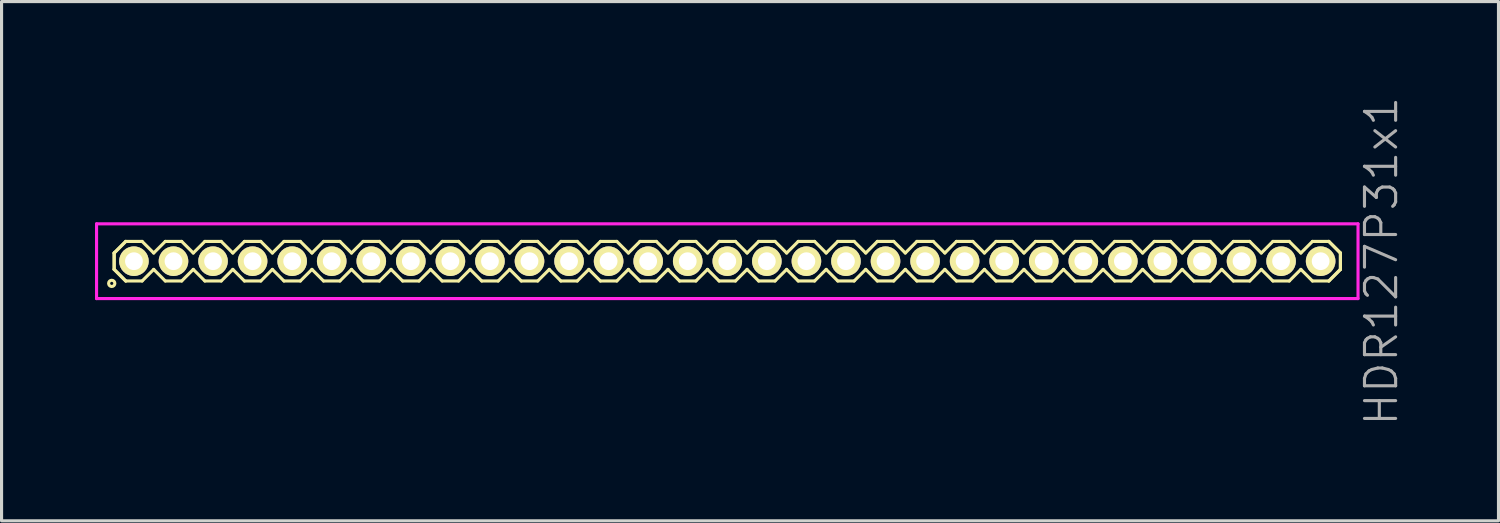
<source format=kicad_pcb>
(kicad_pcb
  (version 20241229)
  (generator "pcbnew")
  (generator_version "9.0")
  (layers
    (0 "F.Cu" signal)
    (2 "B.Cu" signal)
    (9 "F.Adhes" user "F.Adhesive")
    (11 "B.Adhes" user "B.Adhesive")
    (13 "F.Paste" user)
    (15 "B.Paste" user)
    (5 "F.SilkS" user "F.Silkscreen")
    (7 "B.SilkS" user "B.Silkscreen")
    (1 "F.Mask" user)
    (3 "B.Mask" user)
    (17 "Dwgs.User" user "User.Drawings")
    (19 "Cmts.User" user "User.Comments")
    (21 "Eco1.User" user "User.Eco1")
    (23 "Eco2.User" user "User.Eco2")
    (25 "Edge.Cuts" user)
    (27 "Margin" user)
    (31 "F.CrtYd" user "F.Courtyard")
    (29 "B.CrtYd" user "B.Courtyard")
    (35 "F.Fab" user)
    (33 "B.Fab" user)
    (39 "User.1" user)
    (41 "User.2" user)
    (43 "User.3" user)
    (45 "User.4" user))
  (footprint "HDR127P31x1"
    (layer "F.Cu")
    (at 20.3 5.336)
    (property "Reference" "HDR127P31x1" (at 21 0 90) (layer "F.Fab") (effects (font (size 1 1) (thickness 0.1))))
    (attr through_hole)
    (fp_line (start -19.685 -0.263) (end -19.313 -0.635) (stroke (width 0.1) (type solid)) (layer "F.SilkS"))
    (fp_line (start -19.685 -0.263) (end -19.313 -0.635) (stroke (width 0.1) (type solid)) (layer "F.SilkS"))
    (fp_line (start -19.685 0.263) (end -19.685 -0.263) (stroke (width 0.1) (type solid)) (layer "F.SilkS"))
    (fp_line (start -19.685 0.263) (end -19.685 -0.263) (stroke (width 0.1) (type solid)) (layer "F.SilkS"))
    (fp_line (start -19.313 -0.635) (end -18.787 -0.635) (stroke (width 0.1) (type solid)) (layer "F.SilkS"))
    (fp_line (start -19.313 0.635) (end -19.685 0.263) (stroke (width 0.1) (type solid)) (layer "F.SilkS"))
    (fp_line (start -19.313 0.635) (end -19.685 0.263) (stroke (width 0.1) (type solid)) (layer "F.SilkS"))
    (fp_line (start -18.787 -0.635) (end -18.415 -0.263) (stroke (width 0.1) (type solid)) (layer "F.SilkS"))
    (fp_line (start -18.787 0.635) (end -19.313 0.635) (stroke (width 0.1) (type solid)) (layer "F.SilkS"))
    (fp_line (start -18.415 -0.263) (end -18.043 -0.635) (stroke (width 0.1) (type solid)) (layer "F.SilkS"))
    (fp_line (start -18.415 0.263) (end -18.787 0.635) (stroke (width 0.1) (type solid)) (layer "F.SilkS"))
    (fp_line (start -18.043 -0.635) (end -17.517 -0.635) (stroke (width 0.1) (type solid)) (layer "F.SilkS"))
    (fp_line (start -18.043 0.635) (end -18.415 0.263) (stroke (width 0.1) (type solid)) (layer "F.SilkS"))
    (fp_line (start -17.517 -0.635) (end -17.145 -0.263) (stroke (width 0.1) (type solid)) (layer "F.SilkS"))
    (fp_line (start -17.517 0.635) (end -18.043 0.635) (stroke (width 0.1) (type solid)) (layer "F.SilkS"))
    (fp_line (start -17.145 -0.263) (end -16.773 -0.635) (stroke (width 0.1) (type solid)) (layer "F.SilkS"))
    (fp_line (start -17.145 0.263) (end -17.517 0.635) (stroke (width 0.1) (type solid)) (layer "F.SilkS"))
    (fp_line (start -16.773 -0.635) (end -16.247 -0.635) (stroke (width 0.1) (type solid)) (layer "F.SilkS"))
    (fp_line (start -16.773 0.635) (end -17.145 0.263) (stroke (width 0.1) (type solid)) (layer "F.SilkS"))
    (fp_line (start -16.247 -0.635) (end -15.875 -0.263) (stroke (width 0.1) (type solid)) (layer "F.SilkS"))
    (fp_line (start -16.247 0.635) (end -16.773 0.635) (stroke (width 0.1) (type solid)) (layer "F.SilkS"))
    (fp_line (start -15.875 -0.263) (end -15.503 -0.635) (stroke (width 0.1) (type solid)) (layer "F.SilkS"))
    (fp_line (start -15.875 0.263) (end -16.247 0.635) (stroke (width 0.1) (type solid)) (layer "F.SilkS"))
    (fp_line (start -15.503 -0.635) (end -14.977 -0.635) (stroke (width 0.1) (type solid)) (layer "F.SilkS"))
    (fp_line (start -15.503 0.635) (end -15.875 0.263) (stroke (width 0.1) (type solid)) (layer "F.SilkS"))
    (fp_line (start -14.977 -0.635) (end -14.605 -0.263) (stroke (width 0.1) (type solid)) (layer "F.SilkS"))
    (fp_line (start -14.977 0.635) (end -15.503 0.635) (stroke (width 0.1) (type solid)) (layer "F.SilkS"))
    (fp_line (start -14.605 -0.263) (end -14.233 -0.635) (stroke (width 0.1) (type solid)) (layer "F.SilkS"))
    (fp_line (start -14.605 0.263) (end -14.977 0.635) (stroke (width 0.1) (type solid)) (layer "F.SilkS"))
    (fp_line (start -14.233 -0.635) (end -13.707 -0.635) (stroke (width 0.1) (type solid)) (layer "F.SilkS"))
    (fp_line (start -14.233 0.635) (end -14.605 0.263) (stroke (width 0.1) (type solid)) (layer "F.SilkS"))
    (fp_line (start -13.707 -0.635) (end -13.335 -0.263) (stroke (width 0.1) (type solid)) (layer "F.SilkS"))
    (fp_line (start -13.707 0.635) (end -14.233 0.635) (stroke (width 0.1) (type solid)) (layer "F.SilkS"))
    (fp_line (start -13.335 -0.263) (end -12.963 -0.635) (stroke (width 0.1) (type solid)) (layer "F.SilkS"))
    (fp_line (start -13.335 0.263) (end -13.707 0.635) (stroke (width 0.1) (type solid)) (layer "F.SilkS"))
    (fp_line (start -12.963 -0.635) (end -12.437 -0.635) (stroke (width 0.1) (type solid)) (layer "F.SilkS"))
    (fp_line (start -12.963 0.635) (end -13.335 0.263) (stroke (width 0.1) (type solid)) (layer "F.SilkS"))
    (fp_line (start -12.437 -0.635) (end -12.065 -0.263) (stroke (width 0.1) (type solid)) (layer "F.SilkS"))
    (fp_line (start -12.437 0.635) (end -12.963 0.635) (stroke (width 0.1) (type solid)) (layer "F.SilkS"))
    (fp_line (start -12.065 -0.263) (end -11.693 -0.635) (stroke (width 0.1) (type solid)) (layer "F.SilkS"))
    (fp_line (start -12.065 0.263) (end -12.437 0.635) (stroke (width 0.1) (type solid)) (layer "F.SilkS"))
    (fp_line (start -11.693 -0.635) (end -11.167 -0.635) (stroke (width 0.1) (type solid)) (layer "F.SilkS"))
    (fp_line (start -11.693 0.635) (end -12.065 0.263) (stroke (width 0.1) (type solid)) (layer "F.SilkS"))
    (fp_line (start -11.167 -0.635) (end -10.795 -0.263) (stroke (width 0.1) (type solid)) (layer "F.SilkS"))
    (fp_line (start -11.167 0.635) (end -11.693 0.635) (stroke (width 0.1) (type solid)) (layer "F.SilkS"))
    (fp_line (start -10.795 -0.263) (end -10.423 -0.635) (stroke (width 0.1) (type solid)) (layer "F.SilkS"))
    (fp_line (start -10.795 0.263) (end -11.167 0.635) (stroke (width 0.1) (type solid)) (layer "F.SilkS"))
    (fp_line (start -10.423 -0.635) (end -9.897 -0.635) (stroke (width 0.1) (type solid)) (layer "F.SilkS"))
    (fp_line (start -10.423 0.635) (end -10.795 0.263) (stroke (width 0.1) (type solid)) (layer "F.SilkS"))
    (fp_line (start -9.897 -0.635) (end -9.525 -0.263) (stroke (width 0.1) (type solid)) (layer "F.SilkS"))
    (fp_line (start -9.897 0.635) (end -10.423 0.635) (stroke (width 0.1) (type solid)) (layer "F.SilkS"))
    (fp_line (start -9.525 -0.263) (end -9.153 -0.635) (stroke (width 0.1) (type solid)) (layer "F.SilkS"))
    (fp_line (start -9.525 0.263) (end -9.897 0.635) (stroke (width 0.1) (type solid)) (layer "F.SilkS"))
    (fp_line (start -9.153 -0.635) (end -8.627 -0.635) (stroke (width 0.1) (type solid)) (layer "F.SilkS"))
    (fp_line (start -9.153 0.635) (end -9.525 0.263) (stroke (width 0.1) (type solid)) (layer "F.SilkS"))
    (fp_line (start -8.627 -0.635) (end -8.255 -0.263) (stroke (width 0.1) (type solid)) (layer "F.SilkS"))
    (fp_line (start -8.627 0.635) (end -9.153 0.635) (stroke (width 0.1) (type solid)) (layer "F.SilkS"))
    (fp_line (start -8.255 -0.263) (end -7.883 -0.635) (stroke (width 0.1) (type solid)) (layer "F.SilkS"))
    (fp_line (start -8.255 0.263) (end -8.627 0.635) (stroke (width 0.1) (type solid)) (layer "F.SilkS"))
    (fp_line (start -7.883 -0.635) (end -7.357 -0.635) (stroke (width 0.1) (type solid)) (layer "F.SilkS"))
    (fp_line (start -7.883 0.635) (end -8.255 0.263) (stroke (width 0.1) (type solid)) (layer "F.SilkS"))
    (fp_line (start -7.357 -0.635) (end -6.985 -0.263) (stroke (width 0.1) (type solid)) (layer "F.SilkS"))
    (fp_line (start -7.357 0.635) (end -7.883 0.635) (stroke (width 0.1) (type solid)) (layer "F.SilkS"))
    (fp_line (start -6.985 -0.263) (end -6.613 -0.635) (stroke (width 0.1) (type solid)) (layer "F.SilkS"))
    (fp_line (start -6.985 0.263) (end -7.357 0.635) (stroke (width 0.1) (type solid)) (layer "F.SilkS"))
    (fp_line (start -6.613 -0.635) (end -6.087 -0.635) (stroke (width 0.1) (type solid)) (layer "F.SilkS"))
    (fp_line (start -6.613 0.635) (end -6.985 0.263) (stroke (width 0.1) (type solid)) (layer "F.SilkS"))
    (fp_line (start -6.087 -0.635) (end -5.715 -0.263) (stroke (width 0.1) (type solid)) (layer "F.SilkS"))
    (fp_line (start -6.087 0.635) (end -6.613 0.635) (stroke (width 0.1) (type solid)) (layer "F.SilkS"))
    (fp_line (start -5.715 -0.263) (end -5.343 -0.635) (stroke (width 0.1) (type solid)) (layer "F.SilkS"))
    (fp_line (start -5.715 0.263) (end -6.087 0.635) (stroke (width 0.1) (type solid)) (layer "F.SilkS"))
    (fp_line (start -5.343 -0.635) (end -4.817 -0.635) (stroke (width 0.1) (type solid)) (layer "F.SilkS"))
    (fp_line (start -5.343 0.635) (end -5.715 0.263) (stroke (width 0.1) (type solid)) (layer "F.SilkS"))
    (fp_line (start -4.817 -0.635) (end -4.445 -0.263) (stroke (width 0.1) (type solid)) (layer "F.SilkS"))
    (fp_line (start -4.817 0.635) (end -5.343 0.635) (stroke (width 0.1) (type solid)) (layer "F.SilkS"))
    (fp_line (start -4.445 -0.263) (end -4.073 -0.635) (stroke (width 0.1) (type solid)) (layer "F.SilkS"))
    (fp_line (start -4.445 0.263) (end -4.817 0.635) (stroke (width 0.1) (type solid)) (layer "F.SilkS"))
    (fp_line (start -4.073 -0.635) (end -3.547 -0.635) (stroke (width 0.1) (type solid)) (layer "F.SilkS"))
    (fp_line (start -4.073 0.635) (end -4.445 0.263) (stroke (width 0.1) (type solid)) (layer "F.SilkS"))
    (fp_line (start -3.547 -0.635) (end -3.175 -0.263) (stroke (width 0.1) (type solid)) (layer "F.SilkS"))
    (fp_line (start -3.547 0.635) (end -4.073 0.635) (stroke (width 0.1) (type solid)) (layer "F.SilkS"))
    (fp_line (start -3.175 -0.263) (end -2.803 -0.635) (stroke (width 0.1) (type solid)) (layer "F.SilkS"))
    (fp_line (start -3.175 0.263) (end -3.547 0.635) (stroke (width 0.1) (type solid)) (layer "F.SilkS"))
    (fp_line (start -2.803 -0.635) (end -2.277 -0.635) (stroke (width 0.1) (type solid)) (layer "F.SilkS"))
    (fp_line (start -2.803 0.635) (end -3.175 0.263) (stroke (width 0.1) (type solid)) (layer "F.SilkS"))
    (fp_line (start -2.277 -0.635) (end -1.905 -0.263) (stroke (width 0.1) (type solid)) (layer "F.SilkS"))
    (fp_line (start -2.277 0.635) (end -2.803 0.635) (stroke (width 0.1) (type solid)) (layer "F.SilkS"))
    (fp_line (start -1.905 -0.263) (end -1.533 -0.635) (stroke (width 0.1) (type solid)) (layer "F.SilkS"))
    (fp_line (start -1.905 0.263) (end -2.277 0.635) (stroke (width 0.1) (type solid)) (layer "F.SilkS"))
    (fp_line (start -1.533 -0.635) (end -1.007 -0.635) (stroke (width 0.1) (type solid)) (layer "F.SilkS"))
    (fp_line (start -1.533 0.635) (end -1.905 0.263) (stroke (width 0.1) (type solid)) (layer "F.SilkS"))
    (fp_line (start -1.007 -0.635) (end -0.635 -0.263) (stroke (width 0.1) (type solid)) (layer "F.SilkS"))
    (fp_line (start -1.007 0.635) (end -1.533 0.635) (stroke (width 0.1) (type solid)) (layer "F.SilkS"))
    (fp_line (start -0.635 -0.263) (end -0.263 -0.635) (stroke (width 0.1) (type solid)) (layer "F.SilkS"))
    (fp_line (start -0.635 0.263) (end -1.007 0.635) (stroke (width 0.1) (type solid)) (layer "F.SilkS"))
    (fp_line (start -0.263 -0.635) (end 0.263 -0.635) (stroke (width 0.1) (type solid)) (layer "F.SilkS"))
    (fp_line (start -0.263 0.635) (end -0.635 0.263) (stroke (width 0.1) (type solid)) (layer "F.SilkS"))
    (fp_line (start 0.263 -0.635) (end 0.635 -0.263) (stroke (width 0.1) (type solid)) (layer "F.SilkS"))
    (fp_line (start 0.263 0.635) (end -0.263 0.635) (stroke (width 0.1) (type solid)) (layer "F.SilkS"))
    (fp_line (start 0.635 -0.263) (end 1.007 -0.635) (stroke (width 0.1) (type solid)) (layer "F.SilkS"))
    (fp_line (start 0.635 0.263) (end 0.263 0.635) (stroke (width 0.1) (type solid)) (layer "F.SilkS"))
    (fp_line (start 1.007 -0.635) (end 1.533 -0.635) (stroke (width 0.1) (type solid)) (layer "F.SilkS"))
    (fp_line (start 1.007 0.635) (end 0.635 0.263) (stroke (width 0.1) (type solid)) (layer "F.SilkS"))
    (fp_line (start 1.533 -0.635) (end 1.905 -0.263) (stroke (width 0.1) (type solid)) (layer "F.SilkS"))
    (fp_line (start 1.533 0.635) (end 1.007 0.635) (stroke (width 0.1) (type solid)) (layer "F.SilkS"))
    (fp_line (start 1.905 -0.263) (end 2.277 -0.635) (stroke (width 0.1) (type solid)) (layer "F.SilkS"))
    (fp_line (start 1.905 0.263) (end 1.533 0.635) (stroke (width 0.1) (type solid)) (layer "F.SilkS"))
    (fp_line (start 2.277 -0.635) (end 2.803 -0.635) (stroke (width 0.1) (type solid)) (layer "F.SilkS"))
    (fp_line (start 2.277 0.635) (end 1.905 0.263) (stroke (width 0.1) (type solid)) (layer "F.SilkS"))
    (fp_line (start 2.803 -0.635) (end 3.175 -0.263) (stroke (width 0.1) (type solid)) (layer "F.SilkS"))
    (fp_line (start 2.803 0.635) (end 2.277 0.635) (stroke (width 0.1) (type solid)) (layer "F.SilkS"))
    (fp_line (start 3.175 -0.263) (end 3.547 -0.635) (stroke (width 0.1) (type solid)) (layer "F.SilkS"))
    (fp_line (start 3.175 0.263) (end 2.803 0.635) (stroke (width 0.1) (type solid)) (layer "F.SilkS"))
    (fp_line (start 3.547 -0.635) (end 4.073 -0.635) (stroke (width 0.1) (type solid)) (layer "F.SilkS"))
    (fp_line (start 3.547 0.635) (end 3.175 0.263) (stroke (width 0.1) (type solid)) (layer "F.SilkS"))
    (fp_line (start 4.073 -0.635) (end 4.445 -0.263) (stroke (width 0.1) (type solid)) (layer "F.SilkS"))
    (fp_line (start 4.073 0.635) (end 3.547 0.635) (stroke (width 0.1) (type solid)) (layer "F.SilkS"))
    (fp_line (start 4.445 -0.263) (end 4.817 -0.635) (stroke (width 0.1) (type solid)) (layer "F.SilkS"))
    (fp_line (start 4.445 0.263) (end 4.073 0.635) (stroke (width 0.1) (type solid)) (layer "F.SilkS"))
    (fp_line (start 4.817 -0.635) (end 5.343 -0.635) (stroke (width 0.1) (type solid)) (layer "F.SilkS"))
    (fp_line (start 4.817 0.635) (end 4.445 0.263) (stroke (width 0.1) (type solid)) (layer "F.SilkS"))
    (fp_line (start 5.343 -0.635) (end 5.715 -0.263) (stroke (width 0.1) (type solid)) (layer "F.SilkS"))
    (fp_line (start 5.343 0.635) (end 4.817 0.635) (stroke (width 0.1) (type solid)) (layer "F.SilkS"))
    (fp_line (start 5.715 -0.263) (end 6.087 -0.635) (stroke (width 0.1) (type solid)) (layer "F.SilkS"))
    (fp_line (start 5.715 0.263) (end 5.343 0.635) (stroke (width 0.1) (type solid)) (layer "F.SilkS"))
    (fp_line (start 6.087 -0.635) (end 6.613 -0.635) (stroke (width 0.1) (type solid)) (layer "F.SilkS"))
    (fp_line (start 6.087 0.635) (end 5.715 0.263) (stroke (width 0.1) (type solid)) (layer "F.SilkS"))
    (fp_line (start 6.613 -0.635) (end 6.985 -0.263) (stroke (width 0.1) (type solid)) (layer "F.SilkS"))
    (fp_line (start 6.613 0.635) (end 6.087 0.635) (stroke (width 0.1) (type solid)) (layer "F.SilkS"))
    (fp_line (start 6.985 -0.263) (end 7.357 -0.635) (stroke (width 0.1) (type solid)) (layer "F.SilkS"))
    (fp_line (start 6.985 0.263) (end 6.613 0.635) (stroke (width 0.1) (type solid)) (layer "F.SilkS"))
    (fp_line (start 7.357 -0.635) (end 7.883 -0.635) (stroke (width 0.1) (type solid)) (layer "F.SilkS"))
    (fp_line (start 7.357 0.635) (end 6.985 0.263) (stroke (width 0.1) (type solid)) (layer "F.SilkS"))
    (fp_line (start 7.883 -0.635) (end 8.255 -0.263) (stroke (width 0.1) (type solid)) (layer "F.SilkS"))
    (fp_line (start 7.883 0.635) (end 7.357 0.635) (stroke (width 0.1) (type solid)) (layer "F.SilkS"))
    (fp_line (start 8.255 -0.263) (end 8.627 -0.635) (stroke (width 0.1) (type solid)) (layer "F.SilkS"))
    (fp_line (start 8.255 0.263) (end 7.883 0.635) (stroke (width 0.1) (type solid)) (layer "F.SilkS"))
    (fp_line (start 8.627 -0.635) (end 9.153 -0.635) (stroke (width 0.1) (type solid)) (layer "F.SilkS"))
    (fp_line (start 8.627 0.635) (end 8.255 0.263) (stroke (width 0.1) (type solid)) (layer "F.SilkS"))
    (fp_line (start 9.153 -0.635) (end 9.525 -0.263) (stroke (width 0.1) (type solid)) (layer "F.SilkS"))
    (fp_line (start 9.153 0.635) (end 8.627 0.635) (stroke (width 0.1) (type solid)) (layer "F.SilkS"))
    (fp_line (start 9.525 -0.263) (end 9.897 -0.635) (stroke (width 0.1) (type solid)) (layer "F.SilkS"))
    (fp_line (start 9.525 0.263) (end 9.153 0.635) (stroke (width 0.1) (type solid)) (layer "F.SilkS"))
    (fp_line (start 9.897 -0.635) (end 10.423 -0.635) (stroke (width 0.1) (type solid)) (layer "F.SilkS"))
    (fp_line (start 9.897 0.635) (end 9.525 0.263) (stroke (width 0.1) (type solid)) (layer "F.SilkS"))
    (fp_line (start 10.423 -0.635) (end 10.795 -0.263) (stroke (width 0.1) (type solid)) (layer "F.SilkS"))
    (fp_line (start 10.423 0.635) (end 9.897 0.635) (stroke (width 0.1) (type solid)) (layer "F.SilkS"))
    (fp_line (start 10.795 -0.263) (end 11.167 -0.635) (stroke (width 0.1) (type solid)) (layer "F.SilkS"))
    (fp_line (start 10.795 0.263) (end 10.423 0.635) (stroke (width 0.1) (type solid)) (layer "F.SilkS"))
    (fp_line (start 11.167 -0.635) (end 11.693 -0.635) (stroke (width 0.1) (type solid)) (layer "F.SilkS"))
    (fp_line (start 11.167 0.635) (end 10.795 0.263) (stroke (width 0.1) (type solid)) (layer "F.SilkS"))
    (fp_line (start 11.693 -0.635) (end 12.065 -0.263) (stroke (width 0.1) (type solid)) (layer "F.SilkS"))
    (fp_line (start 11.693 0.635) (end 11.167 0.635) (stroke (width 0.1) (type solid)) (layer "F.SilkS"))
    (fp_line (start 12.065 -0.263) (end 12.437 -0.635) (stroke (width 0.1) (type solid)) (layer "F.SilkS"))
    (fp_line (start 12.065 0.263) (end 11.693 0.635) (stroke (width 0.1) (type solid)) (layer "F.SilkS"))
    (fp_line (start 12.437 -0.635) (end 12.963 -0.635) (stroke (width 0.1) (type solid)) (layer "F.SilkS"))
    (fp_line (start 12.437 0.635) (end 12.065 0.263) (stroke (width 0.1) (type solid)) (layer "F.SilkS"))
    (fp_line (start 12.963 -0.635) (end 13.335 -0.263) (stroke (width 0.1) (type solid)) (layer "F.SilkS"))
    (fp_line (start 12.963 0.635) (end 12.437 0.635) (stroke (width 0.1) (type solid)) (layer "F.SilkS"))
    (fp_line (start 13.335 -0.263) (end 13.707 -0.635) (stroke (width 0.1) (type solid)) (layer "F.SilkS"))
    (fp_line (start 13.335 0.263) (end 12.963 0.635) (stroke (width 0.1) (type solid)) (layer "F.SilkS"))
    (fp_line (start 13.707 -0.635) (end 14.233 -0.635) (stroke (width 0.1) (type solid)) (layer "F.SilkS"))
    (fp_line (start 13.707 0.635) (end 13.335 0.263) (stroke (width 0.1) (type solid)) (layer "F.SilkS"))
    (fp_line (start 14.233 -0.635) (end 14.605 -0.263) (stroke (width 0.1) (type solid)) (layer "F.SilkS"))
    (fp_line (start 14.233 0.635) (end 13.707 0.635) (stroke (width 0.1) (type solid)) (layer "F.SilkS"))
    (fp_line (start 14.605 -0.263) (end 14.977 -0.635) (stroke (width 0.1) (type solid)) (layer "F.SilkS"))
    (fp_line (start 14.605 0.263) (end 14.233 0.635) (stroke (width 0.1) (type solid)) (layer "F.SilkS"))
    (fp_line (start 14.977 -0.635) (end 15.503 -0.635) (stroke (width 0.1) (type solid)) (layer "F.SilkS"))
    (fp_line (start 14.977 0.635) (end 14.605 0.263) (stroke (width 0.1) (type solid)) (layer "F.SilkS"))
    (fp_line (start 15.503 -0.635) (end 15.875 -0.263) (stroke (width 0.1) (type solid)) (layer "F.SilkS"))
    (fp_line (start 15.503 0.635) (end 14.977 0.635) (stroke (width 0.1) (type solid)) (layer "F.SilkS"))
    (fp_line (start 15.875 -0.263) (end 16.247 -0.635) (stroke (width 0.1) (type solid)) (layer "F.SilkS"))
    (fp_line (start 15.875 0.263) (end 15.503 0.635) (stroke (width 0.1) (type solid)) (layer "F.SilkS"))
    (fp_line (start 16.247 -0.635) (end 16.773 -0.635) (stroke (width 0.1) (type solid)) (layer "F.SilkS"))
    (fp_line (start 16.247 0.635) (end 15.875 0.263) (stroke (width 0.1) (type solid)) (layer "F.SilkS"))
    (fp_line (start 16.773 -0.635) (end 17.145 -0.263) (stroke (width 0.1) (type solid)) (layer "F.SilkS"))
    (fp_line (start 16.773 0.635) (end 16.247 0.635) (stroke (width 0.1) (type solid)) (layer "F.SilkS"))
    (fp_line (start 17.145 -0.263) (end 17.517 -0.635) (stroke (width 0.1) (type solid)) (layer "F.SilkS"))
    (fp_line (start 17.145 0.263) (end 16.773 0.635) (stroke (width 0.1) (type solid)) (layer "F.SilkS"))
    (fp_line (start 17.517 -0.635) (end 18.043 -0.635) (stroke (width 0.1) (type solid)) (layer "F.SilkS"))
    (fp_line (start 17.517 0.635) (end 17.145 0.263) (stroke (width 0.1) (type solid)) (layer "F.SilkS"))
    (fp_line (start 18.043 -0.635) (end 18.415 -0.263) (stroke (width 0.1) (type solid)) (layer "F.SilkS"))
    (fp_line (start 18.043 0.635) (end 17.517 0.635) (stroke (width 0.1) (type solid)) (layer "F.SilkS"))
    (fp_line (start 18.415 -0.263) (end 18.787 -0.635) (stroke (width 0.1) (type solid)) (layer "F.SilkS"))
    (fp_line (start 18.415 0.263) (end 18.043 0.635) (stroke (width 0.1) (type solid)) (layer "F.SilkS"))
    (fp_line (start 18.787 -0.635) (end 19.313 -0.635) (stroke (width 0.1) (type solid)) (layer "F.SilkS"))
    (fp_line (start 18.787 0.635) (end 18.415 0.263) (stroke (width 0.1) (type solid)) (layer "F.SilkS"))
    (fp_line (start 19.313 -0.635) (end 19.685 -0.263) (stroke (width 0.1) (type solid)) (layer "F.SilkS"))
    (fp_line (start 19.313 -0.635) (end 19.685 -0.263) (stroke (width 0.1) (type solid)) (layer "F.SilkS"))
    (fp_line (start 19.313 0.635) (end 18.787 0.635) (stroke (width 0.1) (type solid)) (layer "F.SilkS"))
    (fp_line (start 19.685 -0.263) (end 19.685 0.263) (stroke (width 0.1) (type solid)) (layer "F.SilkS"))
    (fp_line (start 19.685 -0.263) (end 19.685 0.263) (stroke (width 0.1) (type solid)) (layer "F.SilkS"))
    (fp_line (start 19.685 0.263) (end 19.313 0.635) (stroke (width 0.1) (type solid)) (layer "F.SilkS"))
    (fp_line (start 19.685 0.263) (end 19.313 0.635) (stroke (width 0.1) (type solid)) (layer "F.SilkS"))
    (fp_circle (center -19.763 0.712) (end -19.663 0.712) (stroke (width 0.1) (type solid)) (fill no) (layer "F.SilkS"))
    (fp_line (start -20.25 -1.2) (end -20.25 1.2) (stroke (width 0.1) (type solid)) (layer "F.CrtYd"))
    (fp_line (start -20.25 1.2) (end 20.25 1.2) (stroke (width 0.1) (type solid)) (layer "F.CrtYd"))
    (fp_line (start 20.25 -1.2) (end -20.25 -1.2) (stroke (width 0.1) (type solid)) (layer "F.CrtYd"))
    (fp_line (start 20.25 1.2) (end 20.25 -1.2) (stroke (width 0.1) (type solid)) (layer "F.CrtYd"))
    (pad "1" thru_hole oval (at -19.05 0) (size 0.95 0.95) (drill 0.57) (layers "*.Cu" "*.Mask" "F.SilkS"))
    (pad "2" thru_hole oval (at -17.78 0) (size 0.95 0.95) (drill 0.57) (layers "*.Cu" "*.Mask" "F.SilkS"))
    (pad "3" thru_hole oval (at -16.51 0) (size 0.95 0.95) (drill 0.57) (layers "*.Cu" "*.Mask" "F.SilkS"))
    (pad "4" thru_hole oval (at -15.24 0) (size 0.95 0.95) (drill 0.57) (layers "*.Cu" "*.Mask" "F.SilkS"))
    (pad "5" thru_hole oval (at -13.97 0) (size 0.95 0.95) (drill 0.57) (layers "*.Cu" "*.Mask" "F.SilkS"))
    (pad "6" thru_hole oval (at -12.7 0) (size 0.95 0.95) (drill 0.57) (layers "*.Cu" "*.Mask" "F.SilkS"))
    (pad "7" thru_hole oval (at -11.43 0) (size 0.95 0.95) (drill 0.57) (layers "*.Cu" "*.Mask" "F.SilkS"))
    (pad "8" thru_hole oval (at -10.16 0) (size 0.95 0.95) (drill 0.57) (layers "*.Cu" "*.Mask" "F.SilkS"))
    (pad "9" thru_hole oval (at -8.89 0) (size 0.95 0.95) (drill 0.57) (layers "*.Cu" "*.Mask" "F.SilkS"))
    (pad "10" thru_hole oval (at -7.62 0) (size 0.95 0.95) (drill 0.57) (layers "*.Cu" "*.Mask" "F.SilkS"))
    (pad "11" thru_hole oval (at -6.35 0) (size 0.95 0.95) (drill 0.57) (layers "*.Cu" "*.Mask" "F.SilkS"))
    (pad "12" thru_hole oval (at -5.08 0) (size 0.95 0.95) (drill 0.57) (layers "*.Cu" "*.Mask" "F.SilkS"))
    (pad "13" thru_hole oval (at -3.81 0) (size 0.95 0.95) (drill 0.57) (layers "*.Cu" "*.Mask" "F.SilkS"))
    (pad "14" thru_hole oval (at -2.54 0) (size 0.95 0.95) (drill 0.57) (layers "*.Cu" "*.Mask" "F.SilkS"))
    (pad "15" thru_hole oval (at -1.27 0) (size 0.95 0.95) (drill 0.57) (layers "*.Cu" "*.Mask" "F.SilkS"))
    (pad "16" thru_hole oval (at 0 0) (size 0.95 0.95) (drill 0.57) (layers "*.Cu" "*.Mask" "F.SilkS"))
    (pad "17" thru_hole oval (at 1.27 0) (size 0.95 0.95) (drill 0.57) (layers "*.Cu" "*.Mask" "F.SilkS"))
    (pad "18" thru_hole oval (at 2.54 0) (size 0.95 0.95) (drill 0.57) (layers "*.Cu" "*.Mask" "F.SilkS"))
    (pad "19" thru_hole oval (at 3.81 0) (size 0.95 0.95) (drill 0.57) (layers "*.Cu" "*.Mask" "F.SilkS"))
    (pad "20" thru_hole oval (at 5.08 0) (size 0.95 0.95) (drill 0.57) (layers "*.Cu" "*.Mask" "F.SilkS"))
    (pad "21" thru_hole oval (at 6.35 0) (size 0.95 0.95) (drill 0.57) (layers "*.Cu" "*.Mask" "F.SilkS"))
    (pad "22" thru_hole oval (at 7.62 0) (size 0.95 0.95) (drill 0.57) (layers "*.Cu" "*.Mask" "F.SilkS"))
    (pad "23" thru_hole oval (at 8.89 0) (size 0.95 0.95) (drill 0.57) (layers "*.Cu" "*.Mask" "F.SilkS"))
    (pad "24" thru_hole oval (at 10.16 0) (size 0.95 0.95) (drill 0.57) (layers "*.Cu" "*.Mask" "F.SilkS"))
    (pad "25" thru_hole oval (at 11.43 0) (size 0.95 0.95) (drill 0.57) (layers "*.Cu" "*.Mask" "F.SilkS"))
    (pad "26" thru_hole oval (at 12.7 0) (size 0.95 0.95) (drill 0.57) (layers "*.Cu" "*.Mask" "F.SilkS"))
    (pad "27" thru_hole oval (at 13.97 0) (size 0.95 0.95) (drill 0.57) (layers "*.Cu" "*.Mask" "F.SilkS"))
    (pad "28" thru_hole oval (at 15.24 0) (size 0.95 0.95) (drill 0.57) (layers "*.Cu" "*.Mask" "F.SilkS"))
    (pad "29" thru_hole oval (at 16.51 0) (size 0.95 0.95) (drill 0.57) (layers "*.Cu" "*.Mask" "F.SilkS"))
    (pad "30" thru_hole oval (at 17.78 0) (size 0.95 0.95) (drill 0.57) (layers "*.Cu" "*.Mask" "F.SilkS"))
    (pad "31" thru_hole oval (at 19.05 0) (size 0.95 0.95) (drill 0.57) (layers "*.Cu" "*.Mask" "F.SilkS")))
  (gr_rect
    (start -3 -3)
    (end 45.06 13.671)
    (stroke (width 0.1) (type default))
    (fill no)
    (layer "Edge.Cuts")))
</source>
